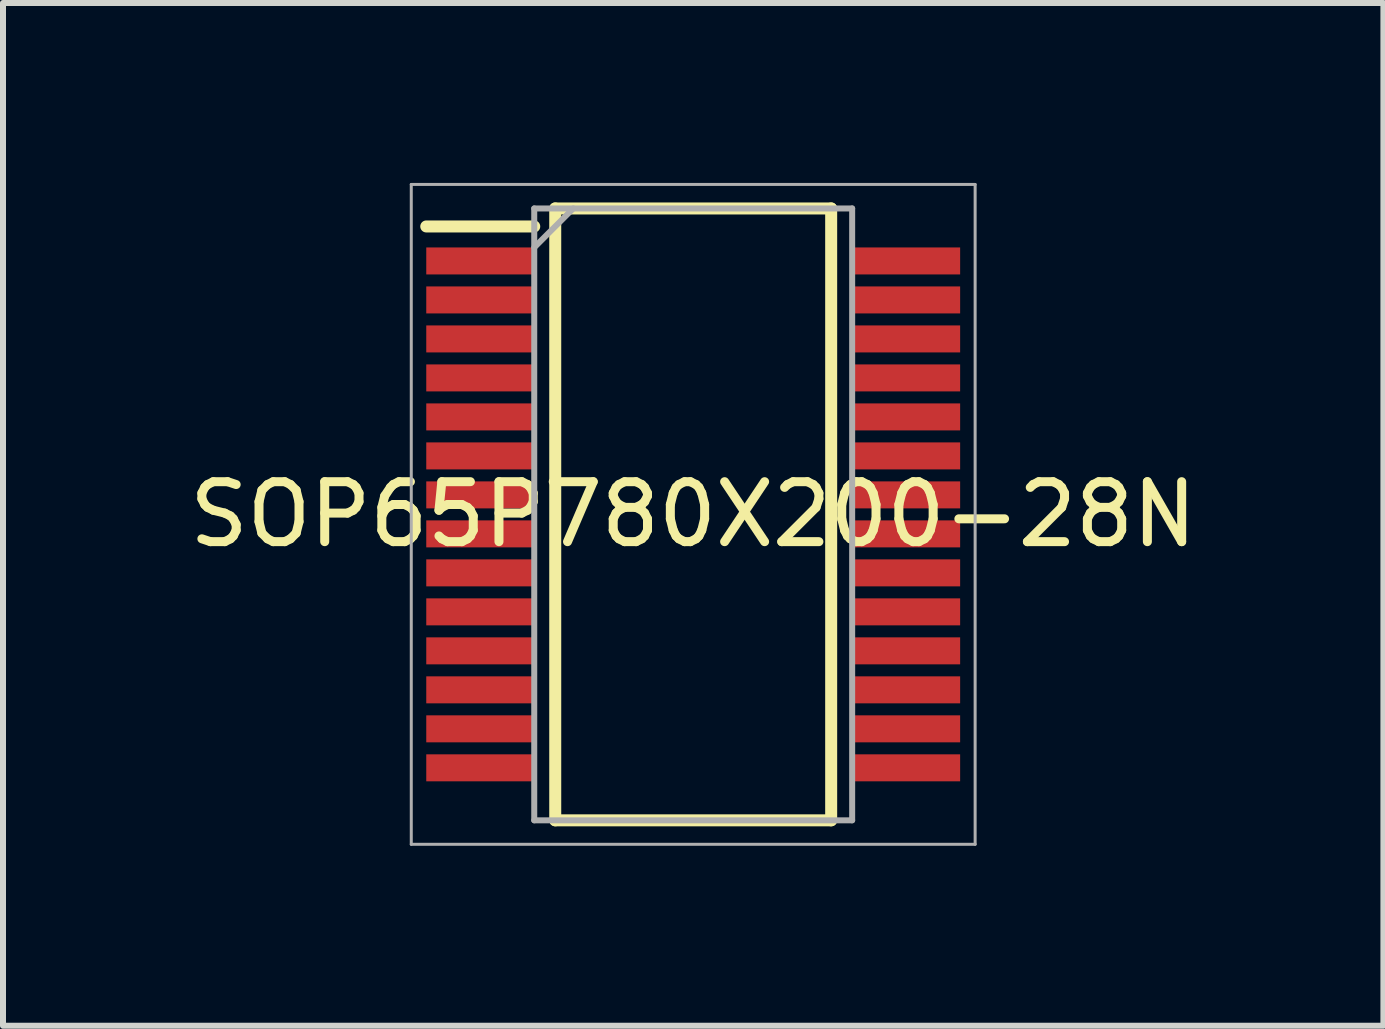
<source format=kicad_pcb>
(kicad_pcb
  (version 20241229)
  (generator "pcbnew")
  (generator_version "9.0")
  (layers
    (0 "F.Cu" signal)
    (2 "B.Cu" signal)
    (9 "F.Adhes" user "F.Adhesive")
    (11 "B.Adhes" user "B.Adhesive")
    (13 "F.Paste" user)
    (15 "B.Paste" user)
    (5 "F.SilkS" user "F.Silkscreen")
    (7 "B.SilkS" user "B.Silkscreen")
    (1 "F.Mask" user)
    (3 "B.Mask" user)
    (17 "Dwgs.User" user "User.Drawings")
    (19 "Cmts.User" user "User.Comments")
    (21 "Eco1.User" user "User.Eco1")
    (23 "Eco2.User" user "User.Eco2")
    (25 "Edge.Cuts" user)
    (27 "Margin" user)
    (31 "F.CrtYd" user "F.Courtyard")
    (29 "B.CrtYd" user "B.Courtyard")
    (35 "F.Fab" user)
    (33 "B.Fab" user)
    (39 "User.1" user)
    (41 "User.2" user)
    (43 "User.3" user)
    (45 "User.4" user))
  (footprint "SOP65P780X200-28N"
    (layer "F.Cu")
    (at 8.506 5.525)
    (property "Reference" "SOP65P780X200-28N" (at 0 0 0) (layer "F.SilkS") (effects (font (size 1 1) (thickness 0.15))))
    (attr smd)
    (fp_line (start -4.45 -4.8) (end -2.65 -4.8) (stroke (width 0.2) (type solid)) (layer "F.SilkS"))
    (fp_line (start -2.3 -5.1) (end 2.3 -5.1) (stroke (width 0.2) (type solid)) (layer "F.SilkS"))
    (fp_line (start -2.3 5.1) (end -2.3 -5.1) (stroke (width 0.2) (type solid)) (layer "F.SilkS"))
    (fp_line (start 2.3 -5.1) (end 2.3 5.1) (stroke (width 0.2) (type solid)) (layer "F.SilkS"))
    (fp_line (start 2.3 5.1) (end -2.3 5.1) (stroke (width 0.2) (type solid)) (layer "F.SilkS"))
    (fp_line (start -4.7 -5.5) (end 4.7 -5.5) (stroke (width 0.05) (type solid)) (layer "F.Fab"))
    (fp_line (start -4.7 5.5) (end -4.7 -5.5) (stroke (width 0.05) (type solid)) (layer "F.Fab"))
    (fp_line (start -2.65 -5.1) (end 2.65 -5.1) (stroke (width 0.1) (type solid)) (layer "F.Fab"))
    (fp_line (start -2.65 -4.45) (end -2 -5.1) (stroke (width 0.1) (type solid)) (layer "F.Fab"))
    (fp_line (start -2.65 5.1) (end -2.65 -5.1) (stroke (width 0.1) (type solid)) (layer "F.Fab"))
    (fp_line (start 2.65 -5.1) (end 2.65 5.1) (stroke (width 0.1) (type solid)) (layer "F.Fab"))
    (fp_line (start 2.65 5.1) (end -2.65 5.1) (stroke (width 0.1) (type solid)) (layer "F.Fab"))
    (fp_line (start 4.7 -5.5) (end 4.7 5.5) (stroke (width 0.05) (type solid)) (layer "F.Fab"))
    (fp_line (start 4.7 5.5) (end -4.7 5.5) (stroke (width 0.05) (type solid)) (layer "F.Fab"))
    (pad "1" smd rect (at -3.55 -4.225) (size 1.8 0.45) (layers "F.Cu" "F.Mask" "F.Paste"))
    (pad "2" smd rect (at -3.55 -3.575) (size 1.8 0.45) (layers "F.Cu" "F.Mask" "F.Paste"))
    (pad "3" smd rect (at -3.55 -2.925) (size 1.8 0.45) (layers "F.Cu" "F.Mask" "F.Paste"))
    (pad "4" smd rect (at -3.55 -2.275) (size 1.8 0.45) (layers "F.Cu" "F.Mask" "F.Paste"))
    (pad "5" smd rect (at -3.55 -1.625) (size 1.8 0.45) (layers "F.Cu" "F.Mask" "F.Paste"))
    (pad "6" smd rect (at -3.55 -0.975) (size 1.8 0.45) (layers "F.Cu" "F.Mask" "F.Paste"))
    (pad "7" smd rect (at -3.55 -0.325) (size 1.8 0.45) (layers "F.Cu" "F.Mask" "F.Paste"))
    (pad "8" smd rect (at -3.55 0.325) (size 1.8 0.45) (layers "F.Cu" "F.Mask" "F.Paste"))
    (pad "9" smd rect (at -3.55 0.975) (size 1.8 0.45) (layers "F.Cu" "F.Mask" "F.Paste"))
    (pad "10" smd rect (at -3.55 1.625) (size 1.8 0.45) (layers "F.Cu" "F.Mask" "F.Paste"))
    (pad "11" smd rect (at -3.55 2.275) (size 1.8 0.45) (layers "F.Cu" "F.Mask" "F.Paste"))
    (pad "12" smd rect (at -3.55 2.925) (size 1.8 0.45) (layers "F.Cu" "F.Mask" "F.Paste"))
    (pad "13" smd rect (at -3.55 3.575) (size 1.8 0.45) (layers "F.Cu" "F.Mask" "F.Paste"))
    (pad "14" smd rect (at -3.55 4.225) (size 1.8 0.45) (layers "F.Cu" "F.Mask" "F.Paste"))
    (pad "15" smd rect (at 3.55 4.225) (size 1.8 0.45) (layers "F.Cu" "F.Mask" "F.Paste"))
    (pad "16" smd rect (at 3.55 3.575) (size 1.8 0.45) (layers "F.Cu" "F.Mask" "F.Paste"))
    (pad "17" smd rect (at 3.55 2.925) (size 1.8 0.45) (layers "F.Cu" "F.Mask" "F.Paste"))
    (pad "18" smd rect (at 3.55 2.275) (size 1.8 0.45) (layers "F.Cu" "F.Mask" "F.Paste"))
    (pad "19" smd rect (at 3.55 1.625) (size 1.8 0.45) (layers "F.Cu" "F.Mask" "F.Paste"))
    (pad "20" smd rect (at 3.55 0.975) (size 1.8 0.45) (layers "F.Cu" "F.Mask" "F.Paste"))
    (pad "21" smd rect (at 3.55 0.325) (size 1.8 0.45) (layers "F.Cu" "F.Mask" "F.Paste"))
    (pad "22" smd rect (at 3.55 -0.325) (size 1.8 0.45) (layers "F.Cu" "F.Mask" "F.Paste"))
    (pad "23" smd rect (at 3.55 -0.975) (size 1.8 0.45) (layers "F.Cu" "F.Mask" "F.Paste"))
    (pad "24" smd rect (at 3.55 -1.625) (size 1.8 0.45) (layers "F.Cu" "F.Mask" "F.Paste"))
    (pad "25" smd rect (at 3.55 -2.275) (size 1.8 0.45) (layers "F.Cu" "F.Mask" "F.Paste"))
    (pad "26" smd rect (at 3.55 -2.925) (size 1.8 0.45) (layers "F.Cu" "F.Mask" "F.Paste"))
    (pad "27" smd rect (at 3.55 -3.575) (size 1.8 0.45) (layers "F.Cu" "F.Mask" "F.Paste"))
    (pad "28" smd rect (at 3.55 -4.225) (size 1.8 0.45) (layers "F.Cu" "F.Mask" "F.Paste")))
  (gr_rect
    (start -3 -3)
    (end 20.012 14.05)
    (stroke (width 0.1) (type default))
    (fill no)
    (layer "Edge.Cuts")))
</source>
